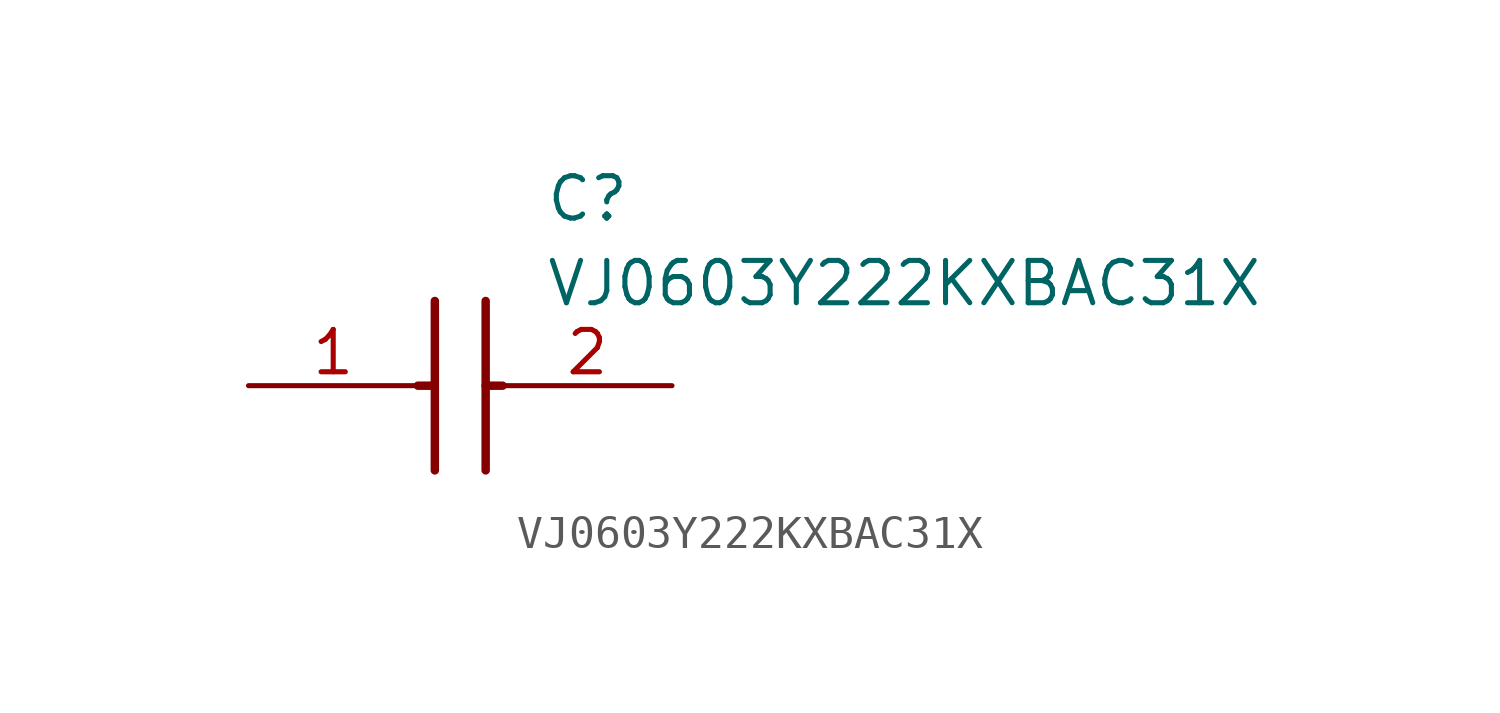
<source format=kicad_sym>
(kicad_symbol_lib
  (version 20211014)
  (generator SamacSys_ECAD_Model)
  (symbol "VJ0603Y222KXBAC31X"
    (pin_names hide)
    (property "Reference" "C"
      (at 8.89 6.35 0)
      (effects (font (size 1.27 1.27)) (justify left top)))
    (property "Value" "VJ0603Y222KXBAC31X"
      (at 8.89 3.81 0)
      (effects (font (size 1.27 1.27)) (justify left top)))
    (polyline
      (pts (xy 5.588 2.54) (xy 5.588 -2.54))
      (stroke (width 0.254) (type default))
      (fill (type none)))
    (polyline
      (pts (xy 7.112 2.54) (xy 7.112 -2.54))
      (stroke (width 0.254) (type default))
      (fill (type none)))
    (polyline
      (pts (xy 5.08 0) (xy 5.588 0))
      (stroke (width 0.254) (type default))
      (fill (type none)))
    (polyline
      (pts (xy 7.112 0) (xy 7.62 0))
      (stroke (width 0.254) (type default))
      (fill (type none)))
    (pin passive line
      (at 0 0 0)
      (length 5.08)
      (name "1" (effects (font (size 1.27 1.27))))
      (number "1" (effects (font (size 1.27 1.27)))))
    (pin passive line
      (at 12.7 0 180)
      (length 5.08)
      (name "2" (effects (font (size 1.27 1.27))))
      (number "2" (effects (font (size 1.27 1.27)))))))
</source>
